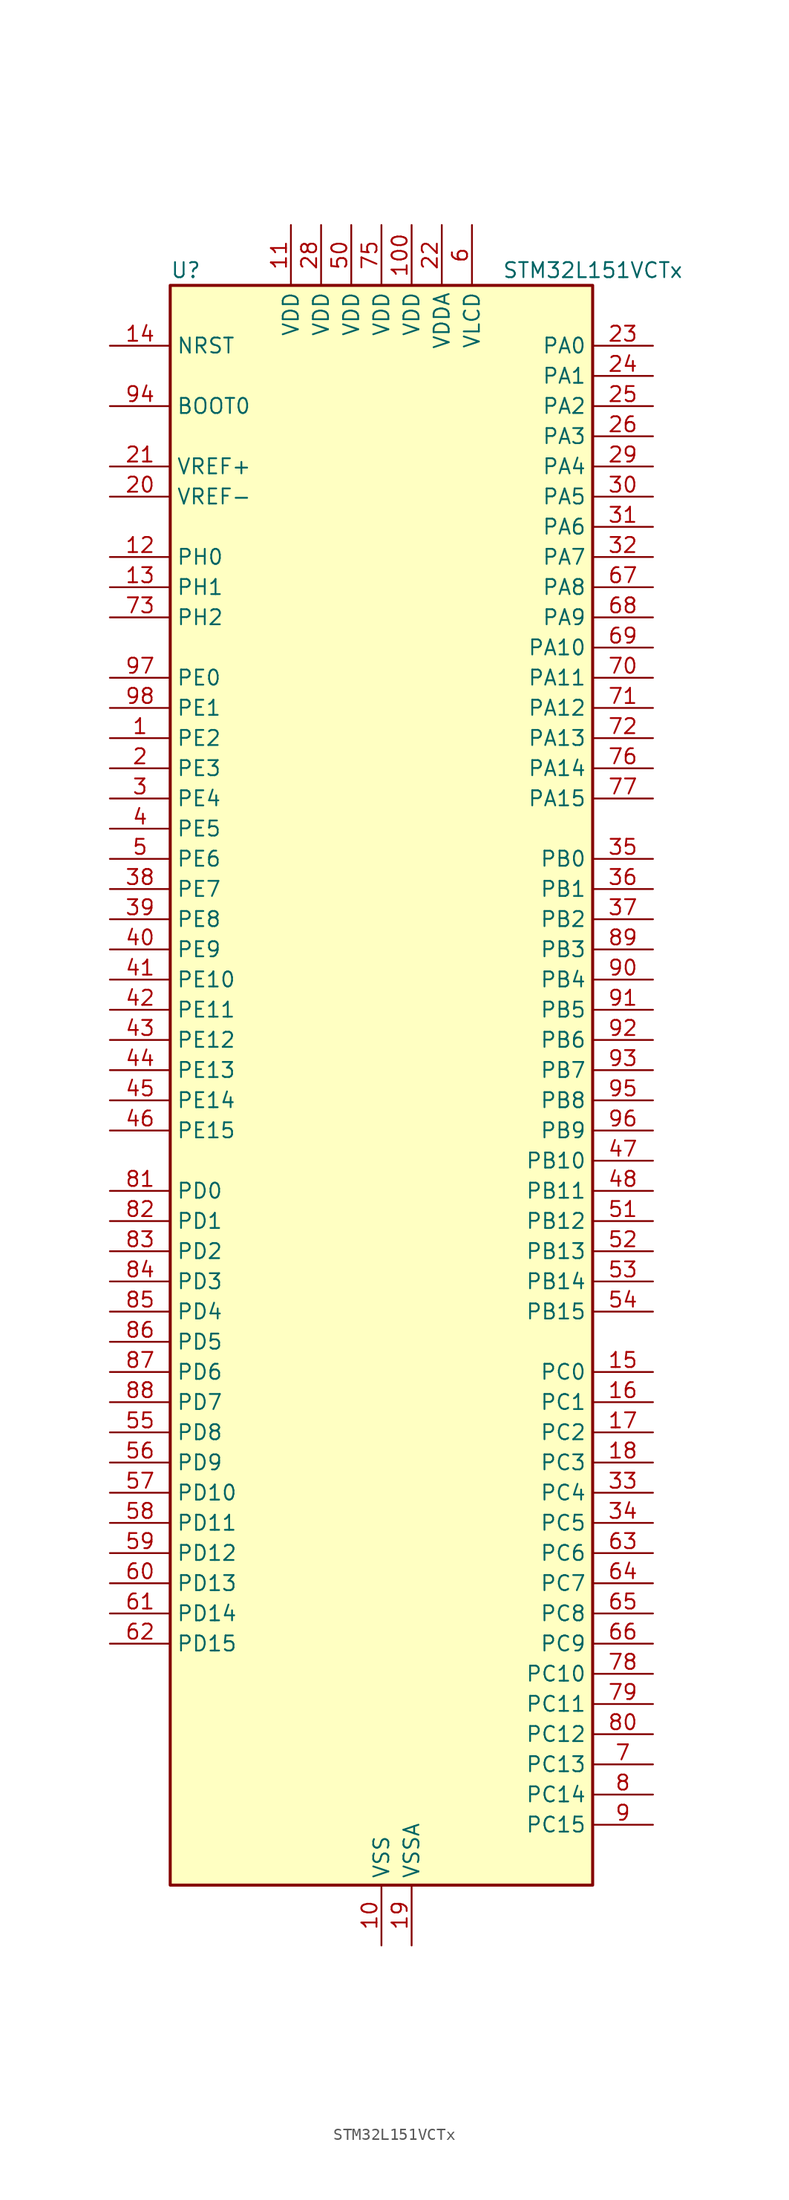
<source format=kicad_sym>
(kicad_symbol_lib
  (version 20241209)
  (generator "kicad_symbol_editor")
  (generator_version "9.0")
  (symbol "STM32L151VCTx"
    (property "Reference" "U"
      (at -17.78 69.85 0)
      (effects (font (size 1.27 1.27)) (justify left)))
    (property "Value" "STM32L151VCTx"
      (at 10.16 69.85 0)
      (effects (font (size 1.27 1.27)) (justify left)))
    (symbol "STM32L151VCTx_0_1"
      (rectangle (start -17.78 -66.04) (end 17.78 68.58) (stroke (width 0.254) (type default)) (fill (type background))))
    (symbol "STM32L151VCTx_1_1"
      (pin input line (at -22.86 63.5 0) (length 5.08) (name "NRST" (effects (font (size 1.27 1.27)))) (number "14" (effects (font (size 1.27 1.27)))))
      (pin input line (at -22.86 58.42 0) (length 5.08) (name "BOOT0" (effects (font (size 1.27 1.27)))) (number "94" (effects (font (size 1.27 1.27)))))
      (pin input line (at -22.86 53.34 0) (length 5.08) (name "VREF+" (effects (font (size 1.27 1.27)))) (number "21" (effects (font (size 1.27 1.27)))))
      (pin input line (at -22.86 50.8 0) (length 5.08) (name "VREF-" (effects (font (size 1.27 1.27)))) (number "20" (effects (font (size 1.27 1.27)))))
      (pin bidirectional line (at -22.86 45.72 0) (length 5.08) (name "PH0" (effects (font (size 1.27 1.27)))) (number "12" (effects (font (size 1.27 1.27)))) (alternate "RCC_OSC_IN" bidirectional line))
      (pin bidirectional line (at -22.86 43.18 0) (length 5.08) (name "PH1" (effects (font (size 1.27 1.27)))) (number "13" (effects (font (size 1.27 1.27)))) (alternate "RCC_OSC_OUT" bidirectional line))
      (pin bidirectional line (at -22.86 40.64 0) (length 5.08) (name "PH2" (effects (font (size 1.27 1.27)))) (number "73" (effects (font (size 1.27 1.27)))))
      (pin bidirectional line (at -22.86 35.56 0) (length 5.08) (name "PE0" (effects (font (size 1.27 1.27)))) (number "97" (effects (font (size 1.27 1.27)))) (alternate "TIM10_CH1" bidirectional line) (alternate "TIM4_ETR" bidirectional line) (alternate "TIMX_IC1" bidirectional line))
      (pin bidirectional line (at -22.86 33.02 0) (length 5.08) (name "PE1" (effects (font (size 1.27 1.27)))) (number "98" (effects (font (size 1.27 1.27)))) (alternate "TIM11_CH1" bidirectional line) (alternate "TIMX_IC2" bidirectional line))
      (pin bidirectional line (at -22.86 30.48 0) (length 5.08) (name "PE2" (effects (font (size 1.27 1.27)))) (number "1" (effects (font (size 1.27 1.27)))) (alternate "SYS_TRACECK" bidirectional line) (alternate "TIM3_ETR" bidirectional line) (alternate "TIMX_IC3" bidirectional line))
      (pin bidirectional line (at -22.86 27.94 0) (length 5.08) (name "PE3" (effects (font (size 1.27 1.27)))) (number "2" (effects (font (size 1.27 1.27)))) (alternate "SYS_TRACED0" bidirectional line) (alternate "TIM3_CH1" bidirectional line) (alternate "TIMX_IC4" bidirectional line))
      (pin bidirectional line (at -22.86 25.4 0) (length 5.08) (name "PE4" (effects (font (size 1.27 1.27)))) (number "3" (effects (font (size 1.27 1.27)))) (alternate "SYS_TRACED1" bidirectional line) (alternate "TIM3_CH2" bidirectional line) (alternate "TIMX_IC1" bidirectional line))
      (pin bidirectional line (at -22.86 22.86 0) (length 5.08) (name "PE5" (effects (font (size 1.27 1.27)))) (number "4" (effects (font (size 1.27 1.27)))) (alternate "SYS_TRACED2" bidirectional line) (alternate "TIM9_CH1" bidirectional line) (alternate "TIMX_IC2" bidirectional line))
      (pin bidirectional line (at -22.86 20.32 0) (length 5.08) (name "PE6" (effects (font (size 1.27 1.27)))) (number "5" (effects (font (size 1.27 1.27)))) (alternate "RTC_TAMP3" bidirectional line) (alternate "SYS_TRACED3" bidirectional line) (alternate "SYS_WKUP3" bidirectional line) (alternate "TIM9_CH2" bidirectional line) (alternate "TIMX_IC3" bidirectional line))
      (pin bidirectional line (at -22.86 17.78 0) (length 5.08) (name "PE7" (effects (font (size 1.27 1.27)))) (number "38" (effects (font (size 1.27 1.27)))) (alternate "ADC_IN22" bidirectional line) (alternate "COMP1_INP" bidirectional line) (alternate "TIMX_IC4" bidirectional line))
      (pin bidirectional line (at -22.86 15.24 0) (length 5.08) (name "PE8" (effects (font (size 1.27 1.27)))) (number "39" (effects (font (size 1.27 1.27)))) (alternate "ADC_IN23" bidirectional line) (alternate "COMP1_INP" bidirectional line) (alternate "TIMX_IC1" bidirectional line))
      (pin bidirectional line (at -22.86 12.7 0) (length 5.08) (name "PE9" (effects (font (size 1.27 1.27)))) (number "40" (effects (font (size 1.27 1.27)))) (alternate "ADC_IN24" bidirectional line) (alternate "COMP1_INP" bidirectional line) (alternate "DAC_EXTI9" bidirectional line) (alternate "TIM2_CH1" bidirectional line) (alternate "TIM2_ETR" bidirectional line) (alternate "TIM5_ETR" bidirectional line) (alternate "TIMX_IC2" bidirectional line))
      (pin bidirectional line (at -22.86 10.16 0) (length 5.08) (name "PE10" (effects (font (size 1.27 1.27)))) (number "41" (effects (font (size 1.27 1.27)))) (alternate "ADC_IN25" bidirectional line) (alternate "COMP1_INP" bidirectional line) (alternate "TIM2_CH2" bidirectional line) (alternate "TIMX_IC3" bidirectional line))
      (pin bidirectional line (at -22.86 7.62 0) (length 5.08) (name "PE11" (effects (font (size 1.27 1.27)))) (number "42" (effects (font (size 1.27 1.27)))) (alternate "ADC_EXTI11" bidirectional line) (alternate "TIM2_CH3" bidirectional line) (alternate "TIMX_IC4" bidirectional line))
      (pin bidirectional line (at -22.86 5.08 0) (length 5.08) (name "PE12" (effects (font (size 1.27 1.27)))) (number "43" (effects (font (size 1.27 1.27)))) (alternate "SPI1_NSS" bidirectional line) (alternate "TIM2_CH4" bidirectional line) (alternate "TIMX_IC1" bidirectional line))
      (pin bidirectional line (at -22.86 2.54 0) (length 5.08) (name "PE13" (effects (font (size 1.27 1.27)))) (number "44" (effects (font (size 1.27 1.27)))) (alternate "SPI1_SCK" bidirectional line) (alternate "TIMX_IC2" bidirectional line))
      (pin bidirectional line (at -22.86 0 0) (length 5.08) (name "PE14" (effects (font (size 1.27 1.27)))) (number "45" (effects (font (size 1.27 1.27)))) (alternate "SPI1_MISO" bidirectional line) (alternate "TIMX_IC3" bidirectional line))
      (pin bidirectional line (at -22.86 -2.54 0) (length 5.08) (name "PE15" (effects (font (size 1.27 1.27)))) (number "46" (effects (font (size 1.27 1.27)))) (alternate "ADC_EXTI15" bidirectional line) (alternate "SPI1_MOSI" bidirectional line) (alternate "TIMX_IC4" bidirectional line))
      (pin bidirectional line (at -22.86 -7.62 0) (length 5.08) (name "PD0" (effects (font (size 1.27 1.27)))) (number "81" (effects (font (size 1.27 1.27)))) (alternate "I2S2_WS" bidirectional line) (alternate "SPI2_NSS" bidirectional line) (alternate "TIM9_CH1" bidirectional line) (alternate "TIMX_IC1" bidirectional line))
      (pin bidirectional line (at -22.86 -10.16 0) (length 5.08) (name "PD1" (effects (font (size 1.27 1.27)))) (number "82" (effects (font (size 1.27 1.27)))) (alternate "I2S2_CK" bidirectional line) (alternate "SPI2_SCK" bidirectional line) (alternate "TIMX_IC2" bidirectional line))
      (pin bidirectional line (at -22.86 -12.7 0) (length 5.08) (name "PD2" (effects (font (size 1.27 1.27)))) (number "83" (effects (font (size 1.27 1.27)))) (alternate "TIM3_ETR" bidirectional line) (alternate "TIMX_IC3" bidirectional line))
      (pin bidirectional line (at -22.86 -15.24 0) (length 5.08) (name "PD3" (effects (font (size 1.27 1.27)))) (number "84" (effects (font (size 1.27 1.27)))) (alternate "SPI2_MISO" bidirectional line) (alternate "TIMX_IC4" bidirectional line) (alternate "USART2_CTS" bidirectional line))
      (pin bidirectional line (at -22.86 -17.78 0) (length 5.08) (name "PD4" (effects (font (size 1.27 1.27)))) (number "85" (effects (font (size 1.27 1.27)))) (alternate "I2S2_SD" bidirectional line) (alternate "SPI2_MOSI" bidirectional line) (alternate "TIMX_IC1" bidirectional line) (alternate "USART2_RTS" bidirectional line))
      (pin bidirectional line (at -22.86 -20.32 0) (length 5.08) (name "PD5" (effects (font (size 1.27 1.27)))) (number "86" (effects (font (size 1.27 1.27)))) (alternate "TIMX_IC2" bidirectional line) (alternate "USART2_TX" bidirectional line))
      (pin bidirectional line (at -22.86 -22.86 0) (length 5.08) (name "PD6" (effects (font (size 1.27 1.27)))) (number "87" (effects (font (size 1.27 1.27)))) (alternate "TIMX_IC3" bidirectional line) (alternate "USART2_RX" bidirectional line))
      (pin bidirectional line (at -22.86 -25.4 0) (length 5.08) (name "PD7" (effects (font (size 1.27 1.27)))) (number "88" (effects (font (size 1.27 1.27)))) (alternate "TIM9_CH2" bidirectional line) (alternate "TIMX_IC4" bidirectional line) (alternate "USART2_CK" bidirectional line))
      (pin bidirectional line (at -22.86 -27.94 0) (length 5.08) (name "PD8" (effects (font (size 1.27 1.27)))) (number "55" (effects (font (size 1.27 1.27)))) (alternate "TIMX_IC1" bidirectional line) (alternate "USART3_TX" bidirectional line))
      (pin bidirectional line (at -22.86 -30.48 0) (length 5.08) (name "PD9" (effects (font (size 1.27 1.27)))) (number "56" (effects (font (size 1.27 1.27)))) (alternate "DAC_EXTI9" bidirectional line) (alternate "TIMX_IC2" bidirectional line) (alternate "USART3_RX" bidirectional line))
      (pin bidirectional line (at -22.86 -33.02 0) (length 5.08) (name "PD10" (effects (font (size 1.27 1.27)))) (number "57" (effects (font (size 1.27 1.27)))) (alternate "TIMX_IC3" bidirectional line) (alternate "USART3_CK" bidirectional line))
      (pin bidirectional line (at -22.86 -35.56 0) (length 5.08) (name "PD11" (effects (font (size 1.27 1.27)))) (number "58" (effects (font (size 1.27 1.27)))) (alternate "ADC_EXTI11" bidirectional line) (alternate "TIMX_IC4" bidirectional line) (alternate "USART3_CTS" bidirectional line))
      (pin bidirectional line (at -22.86 -38.1 0) (length 5.08) (name "PD12" (effects (font (size 1.27 1.27)))) (number "59" (effects (font (size 1.27 1.27)))) (alternate "TIM4_CH1" bidirectional line) (alternate "TIMX_IC1" bidirectional line) (alternate "USART3_RTS" bidirectional line))
      (pin bidirectional line (at -22.86 -40.64 0) (length 5.08) (name "PD13" (effects (font (size 1.27 1.27)))) (number "60" (effects (font (size 1.27 1.27)))) (alternate "TIM4_CH2" bidirectional line) (alternate "TIMX_IC2" bidirectional line))
      (pin bidirectional line (at -22.86 -43.18 0) (length 5.08) (name "PD14" (effects (font (size 1.27 1.27)))) (number "61" (effects (font (size 1.27 1.27)))) (alternate "TIM4_CH3" bidirectional line) (alternate "TIMX_IC3" bidirectional line))
      (pin bidirectional line (at -22.86 -45.72 0) (length 5.08) (name "PD15" (effects (font (size 1.27 1.27)))) (number "62" (effects (font (size 1.27 1.27)))) (alternate "ADC_EXTI15" bidirectional line) (alternate "TIM4_CH4" bidirectional line) (alternate "TIMX_IC4" bidirectional line))
      (pin power_in line (at -7.62 73.66 270) (length 5.08) (name "VDD" (effects (font (size 1.27 1.27)))) (number "11" (effects (font (size 1.27 1.27)))))
      (pin power_in line (at -5.08 73.66 270) (length 5.08) (name "VDD" (effects (font (size 1.27 1.27)))) (number "28" (effects (font (size 1.27 1.27)))))
      (pin power_in line (at -2.54 73.66 270) (length 5.08) (name "VDD" (effects (font (size 1.27 1.27)))) (number "50" (effects (font (size 1.27 1.27)))))
      (pin power_in line (at 0 73.66 270) (length 5.08) (name "VDD" (effects (font (size 1.27 1.27)))) (number "75" (effects (font (size 1.27 1.27)))))
      (pin power_in line (at 0 -71.12 90) (length 5.08) (name "VSS" (effects (font (size 1.27 1.27)))) (number "10" (effects (font (size 1.27 1.27)))))
      (pin passive line (at 0 -71.12 90) (length 5.08) (hide yes) (name "VSS" (effects (font (size 1.27 1.27)))) (number "27" (effects (font (size 1.27 1.27)))))
      (pin passive line (at 0 -71.12 90) (length 5.08) (hide yes) (name "VSS" (effects (font (size 1.27 1.27)))) (number "49" (effects (font (size 1.27 1.27)))))
      (pin passive line (at 0 -71.12 90) (length 5.08) (hide yes) (name "VSS" (effects (font (size 1.27 1.27)))) (number "74" (effects (font (size 1.27 1.27)))))
      (pin passive line (at 0 -71.12 90) (length 5.08) (hide yes) (name "VSS" (effects (font (size 1.27 1.27)))) (number "99" (effects (font (size 1.27 1.27)))))
      (pin power_in line (at 2.54 73.66 270) (length 5.08) (name "VDD" (effects (font (size 1.27 1.27)))) (number "100" (effects (font (size 1.27 1.27)))))
      (pin power_in line (at 2.54 -71.12 90) (length 5.08) (name "VSSA" (effects (font (size 1.27 1.27)))) (number "19" (effects (font (size 1.27 1.27)))))
      (pin power_in line (at 5.08 73.66 270) (length 5.08) (name "VDDA" (effects (font (size 1.27 1.27)))) (number "22" (effects (font (size 1.27 1.27)))))
      (pin power_in line (at 7.62 73.66 270) (length 5.08) (name "VLCD" (effects (font (size 1.27 1.27)))) (number "6" (effects (font (size 1.27 1.27)))))
      (pin bidirectional line (at 22.86 63.5 180) (length 5.08) (name "PA0" (effects (font (size 1.27 1.27)))) (number "23" (effects (font (size 1.27 1.27)))) (alternate "ADC_IN0" bidirectional line) (alternate "COMP1_INP" bidirectional line) (alternate "RTC_TAMP2" bidirectional line) (alternate "SYS_WKUP1" bidirectional line) (alternate "TIM2_CH1" bidirectional line) (alternate "TIM2_ETR" bidirectional line) (alternate "TIM5_CH1" bidirectional line) (alternate "TIMX_IC1" bidirectional line) (alternate "TS_G1_IO1" bidirectional line) (alternate "USART2_CTS" bidirectional line))
      (pin bidirectional line (at 22.86 60.96 180) (length 5.08) (name "PA1" (effects (font (size 1.27 1.27)))) (number "24" (effects (font (size 1.27 1.27)))) (alternate "ADC_IN1" bidirectional line) (alternate "COMP1_INP" bidirectional line) (alternate "OPAMP1_VINP" bidirectional line) (alternate "TIM2_CH2" bidirectional line) (alternate "TIM5_CH2" bidirectional line) (alternate "TIMX_IC2" bidirectional line) (alternate "TS_G1_IO2" bidirectional line) (alternate "USART2_RTS" bidirectional line))
      (pin bidirectional line (at 22.86 58.42 180) (length 5.08) (name "PA2" (effects (font (size 1.27 1.27)))) (number "25" (effects (font (size 1.27 1.27)))) (alternate "ADC_IN2" bidirectional line) (alternate "COMP1_INP" bidirectional line) (alternate "OPAMP1_VINM" bidirectional line) (alternate "TIM2_CH3" bidirectional line) (alternate "TIM5_CH3" bidirectional line) (alternate "TIM9_CH1" bidirectional line) (alternate "TIMX_IC3" bidirectional line) (alternate "TS_G1_IO3" bidirectional line) (alternate "USART2_TX" bidirectional line))
      (pin bidirectional line (at 22.86 55.88 180) (length 5.08) (name "PA3" (effects (font (size 1.27 1.27)))) (number "26" (effects (font (size 1.27 1.27)))) (alternate "ADC_IN3" bidirectional line) (alternate "COMP1_INP" bidirectional line) (alternate "OPAMP1_VOUT" bidirectional line) (alternate "TIM2_CH4" bidirectional line) (alternate "TIM5_CH4" bidirectional line) (alternate "TIM9_CH2" bidirectional line) (alternate "TIMX_IC4" bidirectional line) (alternate "TS_G1_IO4" bidirectional line) (alternate "USART2_RX" bidirectional line))
      (pin bidirectional line (at 22.86 53.34 180) (length 5.08) (name "PA4" (effects (font (size 1.27 1.27)))) (number "29" (effects (font (size 1.27 1.27)))) (alternate "ADC_IN4" bidirectional line) (alternate "COMP1_INP" bidirectional line) (alternate "DAC_OUT1" bidirectional line) (alternate "I2S3_WS" bidirectional line) (alternate "SPI1_NSS" bidirectional line) (alternate "SPI3_NSS" bidirectional line) (alternate "TIMX_IC1" bidirectional line) (alternate "USART2_CK" bidirectional line))
      (pin bidirectional line (at 22.86 50.8 180) (length 5.08) (name "PA5" (effects (font (size 1.27 1.27)))) (number "30" (effects (font (size 1.27 1.27)))) (alternate "ADC_IN5" bidirectional line) (alternate "COMP1_INP" bidirectional line) (alternate "DAC_OUT2" bidirectional line) (alternate "SPI1_SCK" bidirectional line) (alternate "TIM2_CH1" bidirectional line) (alternate "TIM2_ETR" bidirectional line) (alternate "TIMX_IC2" bidirectional line))
      (pin bidirectional line (at 22.86 48.26 180) (length 5.08) (name "PA6" (effects (font (size 1.27 1.27)))) (number "31" (effects (font (size 1.27 1.27)))) (alternate "ADC_IN6" bidirectional line) (alternate "COMP1_INP" bidirectional line) (alternate "OPAMP2_VINP" bidirectional line) (alternate "SPI1_MISO" bidirectional line) (alternate "TIM10_CH1" bidirectional line) (alternate "TIM3_CH1" bidirectional line) (alternate "TIMX_IC3" bidirectional line) (alternate "TS_G2_IO1" bidirectional line))
      (pin bidirectional line (at 22.86 45.72 180) (length 5.08) (name "PA7" (effects (font (size 1.27 1.27)))) (number "32" (effects (font (size 1.27 1.27)))) (alternate "ADC_IN7" bidirectional line) (alternate "COMP1_INP" bidirectional line) (alternate "OPAMP2_VINM" bidirectional line) (alternate "SPI1_MOSI" bidirectional line) (alternate "TIM11_CH1" bidirectional line) (alternate "TIM3_CH2" bidirectional line) (alternate "TIMX_IC4" bidirectional line) (alternate "TS_G2_IO2" bidirectional line))
      (pin bidirectional line (at 22.86 43.18 180) (length 5.08) (name "PA8" (effects (font (size 1.27 1.27)))) (number "67" (effects (font (size 1.27 1.27)))) (alternate "RCC_MCO" bidirectional line) (alternate "TIMX_IC1" bidirectional line) (alternate "TS_G4_IO1" bidirectional line) (alternate "USART1_CK" bidirectional line))
      (pin bidirectional line (at 22.86 40.64 180) (length 5.08) (name "PA9" (effects (font (size 1.27 1.27)))) (number "68" (effects (font (size 1.27 1.27)))) (alternate "DAC_EXTI9" bidirectional line) (alternate "TIMX_IC2" bidirectional line) (alternate "TS_G4_IO2" bidirectional line) (alternate "USART1_TX" bidirectional line))
      (pin bidirectional line (at 22.86 38.1 180) (length 5.08) (name "PA10" (effects (font (size 1.27 1.27)))) (number "69" (effects (font (size 1.27 1.27)))) (alternate "TIMX_IC3" bidirectional line) (alternate "TS_G4_IO3" bidirectional line) (alternate "USART1_RX" bidirectional line))
      (pin bidirectional line (at 22.86 35.56 180) (length 5.08) (name "PA11" (effects (font (size 1.27 1.27)))) (number "70" (effects (font (size 1.27 1.27)))) (alternate "ADC_EXTI11" bidirectional line) (alternate "SPI1_MISO" bidirectional line) (alternate "TIMX_IC4" bidirectional line) (alternate "USART1_CTS" bidirectional line) (alternate "USB_DM" bidirectional line))
      (pin bidirectional line (at 22.86 33.02 180) (length 5.08) (name "PA12" (effects (font (size 1.27 1.27)))) (number "71" (effects (font (size 1.27 1.27)))) (alternate "SPI1_MOSI" bidirectional line) (alternate "TIMX_IC1" bidirectional line) (alternate "USART1_RTS" bidirectional line) (alternate "USB_DP" bidirectional line))
      (pin bidirectional line (at 22.86 30.48 180) (length 5.08) (name "PA13" (effects (font (size 1.27 1.27)))) (number "72" (effects (font (size 1.27 1.27)))) (alternate "SYS_JTMS-SWDIO" bidirectional line) (alternate "TIMX_IC2" bidirectional line) (alternate "TS_G5_IO1" bidirectional line))
      (pin bidirectional line (at 22.86 27.94 180) (length 5.08) (name "PA14" (effects (font (size 1.27 1.27)))) (number "76" (effects (font (size 1.27 1.27)))) (alternate "SYS_JTCK-SWCLK" bidirectional line) (alternate "TIMX_IC3" bidirectional line) (alternate "TS_G5_IO2" bidirectional line))
      (pin bidirectional line (at 22.86 25.4 180) (length 5.08) (name "PA15" (effects (font (size 1.27 1.27)))) (number "77" (effects (font (size 1.27 1.27)))) (alternate "ADC_EXTI15" bidirectional line) (alternate "I2S3_WS" bidirectional line) (alternate "SPI1_NSS" bidirectional line) (alternate "SPI3_NSS" bidirectional line) (alternate "SYS_JTDI" bidirectional line) (alternate "TIM2_CH1" bidirectional line) (alternate "TIM2_ETR" bidirectional line) (alternate "TIMX_IC4" bidirectional line) (alternate "TS_G5_IO3" bidirectional line))
      (pin bidirectional line (at 22.86 20.32 180) (length 5.08) (name "PB0" (effects (font (size 1.27 1.27)))) (number "35" (effects (font (size 1.27 1.27)))) (alternate "ADC_IN8" bidirectional line) (alternate "COMP1_INP" bidirectional line) (alternate "OPAMP2_VOUT" bidirectional line) (alternate "SYS_V_REF_OUT" bidirectional line) (alternate "TIM3_CH3" bidirectional line) (alternate "TS_G3_IO1" bidirectional line))
      (pin bidirectional line (at 22.86 17.78 180) (length 5.08) (name "PB1" (effects (font (size 1.27 1.27)))) (number "36" (effects (font (size 1.27 1.27)))) (alternate "ADC_IN9" bidirectional line) (alternate "COMP1_INP" bidirectional line) (alternate "SYS_V_REF_OUT" bidirectional line) (alternate "TIM3_CH4" bidirectional line) (alternate "TS_G3_IO2" bidirectional line))
      (pin bidirectional line (at 22.86 15.24 180) (length 5.08) (name "PB2" (effects (font (size 1.27 1.27)))) (number "37" (effects (font (size 1.27 1.27)))) (alternate "TS_G3_IO3" bidirectional line))
      (pin bidirectional line (at 22.86 12.7 180) (length 5.08) (name "PB3" (effects (font (size 1.27 1.27)))) (number "89" (effects (font (size 1.27 1.27)))) (alternate "COMP2_INM" bidirectional line) (alternate "I2S3_CK" bidirectional line) (alternate "SPI1_SCK" bidirectional line) (alternate "SPI3_SCK" bidirectional line) (alternate "SYS_JTDO-TRACESWO" bidirectional line) (alternate "TIM2_CH2" bidirectional line))
      (pin bidirectional line (at 22.86 10.16 180) (length 5.08) (name "PB4" (effects (font (size 1.27 1.27)))) (number "90" (effects (font (size 1.27 1.27)))) (alternate "COMP2_INP" bidirectional line) (alternate "SPI1_MISO" bidirectional line) (alternate "SPI3_MISO" bidirectional line) (alternate "SYS_JTRST" bidirectional line) (alternate "TIM3_CH1" bidirectional line) (alternate "TS_G6_IO1" bidirectional line))
      (pin bidirectional line (at 22.86 7.62 180) (length 5.08) (name "PB5" (effects (font (size 1.27 1.27)))) (number "91" (effects (font (size 1.27 1.27)))) (alternate "COMP2_INP" bidirectional line) (alternate "I2C1_SMBA" bidirectional line) (alternate "I2S3_SD" bidirectional line) (alternate "SPI1_MOSI" bidirectional line) (alternate "SPI3_MOSI" bidirectional line) (alternate "TIM3_CH2" bidirectional line) (alternate "TS_G6_IO2" bidirectional line))
      (pin bidirectional line (at 22.86 5.08 180) (length 5.08) (name "PB6" (effects (font (size 1.27 1.27)))) (number "92" (effects (font (size 1.27 1.27)))) (alternate "COMP2_INP" bidirectional line) (alternate "I2C1_SCL" bidirectional line) (alternate "TIM4_CH1" bidirectional line) (alternate "TS_G6_IO3" bidirectional line) (alternate "USART1_TX" bidirectional line))
      (pin bidirectional line (at 22.86 2.54 180) (length 5.08) (name "PB7" (effects (font (size 1.27 1.27)))) (number "93" (effects (font (size 1.27 1.27)))) (alternate "COMP2_INP" bidirectional line) (alternate "I2C1_SDA" bidirectional line) (alternate "SYS_PVD_IN" bidirectional line) (alternate "TIM4_CH2" bidirectional line) (alternate "TS_G6_IO4" bidirectional line) (alternate "USART1_RX" bidirectional line))
      (pin bidirectional line (at 22.86 0 180) (length 5.08) (name "PB8" (effects (font (size 1.27 1.27)))) (number "95" (effects (font (size 1.27 1.27)))) (alternate "I2C1_SCL" bidirectional line) (alternate "TIM10_CH1" bidirectional line) (alternate "TIM4_CH3" bidirectional line))
      (pin bidirectional line (at 22.86 -2.54 180) (length 5.08) (name "PB9" (effects (font (size 1.27 1.27)))) (number "96" (effects (font (size 1.27 1.27)))) (alternate "DAC_EXTI9" bidirectional line) (alternate "I2C1_SDA" bidirectional line) (alternate "TIM11_CH1" bidirectional line) (alternate "TIM4_CH4" bidirectional line))
      (pin bidirectional line (at 22.86 -5.08 180) (length 5.08) (name "PB10" (effects (font (size 1.27 1.27)))) (number "47" (effects (font (size 1.27 1.27)))) (alternate "I2C2_SCL" bidirectional line) (alternate "TIM2_CH3" bidirectional line) (alternate "USART3_TX" bidirectional line))
      (pin bidirectional line (at 22.86 -7.62 180) (length 5.08) (name "PB11" (effects (font (size 1.27 1.27)))) (number "48" (effects (font (size 1.27 1.27)))) (alternate "ADC_EXTI11" bidirectional line) (alternate "I2C2_SDA" bidirectional line) (alternate "TIM2_CH4" bidirectional line) (alternate "USART3_RX" bidirectional line))
      (pin bidirectional line (at 22.86 -10.16 180) (length 5.08) (name "PB12" (effects (font (size 1.27 1.27)))) (number "51" (effects (font (size 1.27 1.27)))) (alternate "ADC_IN18" bidirectional line) (alternate "COMP1_INP" bidirectional line) (alternate "I2C2_SMBA" bidirectional line) (alternate "I2S2_WS" bidirectional line) (alternate "SPI2_NSS" bidirectional line) (alternate "TIM10_CH1" bidirectional line) (alternate "TS_G7_IO1" bidirectional line) (alternate "USART3_CK" bidirectional line))
      (pin bidirectional line (at 22.86 -12.7 180) (length 5.08) (name "PB13" (effects (font (size 1.27 1.27)))) (number "52" (effects (font (size 1.27 1.27)))) (alternate "ADC_IN19" bidirectional line) (alternate "COMP1_INP" bidirectional line) (alternate "I2S2_CK" bidirectional line) (alternate "SPI2_SCK" bidirectional line) (alternate "TIM9_CH1" bidirectional line) (alternate "TS_G7_IO2" bidirectional line) (alternate "USART3_CTS" bidirectional line))
      (pin bidirectional line (at 22.86 -15.24 180) (length 5.08) (name "PB14" (effects (font (size 1.27 1.27)))) (number "53" (effects (font (size 1.27 1.27)))) (alternate "ADC_IN20" bidirectional line) (alternate "COMP1_INP" bidirectional line) (alternate "SPI2_MISO" bidirectional line) (alternate "TIM9_CH2" bidirectional line) (alternate "TS_G7_IO3" bidirectional line) (alternate "USART3_RTS" bidirectional line))
      (pin bidirectional line (at 22.86 -17.78 180) (length 5.08) (name "PB15" (effects (font (size 1.27 1.27)))) (number "54" (effects (font (size 1.27 1.27)))) (alternate "ADC_EXTI15" bidirectional line) (alternate "ADC_IN21" bidirectional line) (alternate "COMP1_INP" bidirectional line) (alternate "I2S2_SD" bidirectional line) (alternate "RTC_REFIN" bidirectional line) (alternate "SPI2_MOSI" bidirectional line) (alternate "TIM11_CH1" bidirectional line) (alternate "TS_G7_IO4" bidirectional line))
      (pin bidirectional line (at 22.86 -22.86 180) (length 5.08) (name "PC0" (effects (font (size 1.27 1.27)))) (number "15" (effects (font (size 1.27 1.27)))) (alternate "ADC_IN10" bidirectional line) (alternate "COMP1_INP" bidirectional line) (alternate "TIMX_IC1" bidirectional line) (alternate "TS_G8_IO1" bidirectional line))
      (pin bidirectional line (at 22.86 -25.4 180) (length 5.08) (name "PC1" (effects (font (size 1.27 1.27)))) (number "16" (effects (font (size 1.27 1.27)))) (alternate "ADC_IN11" bidirectional line) (alternate "COMP1_INP" bidirectional line) (alternate "TIMX_IC2" bidirectional line) (alternate "TS_G8_IO2" bidirectional line))
      (pin bidirectional line (at 22.86 -27.94 180) (length 5.08) (name "PC2" (effects (font (size 1.27 1.27)))) (number "17" (effects (font (size 1.27 1.27)))) (alternate "ADC_IN12" bidirectional line) (alternate "COMP1_INP" bidirectional line) (alternate "TIMX_IC3" bidirectional line) (alternate "TS_G8_IO3" bidirectional line))
      (pin bidirectional line (at 22.86 -30.48 180) (length 5.08) (name "PC3" (effects (font (size 1.27 1.27)))) (number "18" (effects (font (size 1.27 1.27)))) (alternate "ADC_IN13" bidirectional line) (alternate "COMP1_INP" bidirectional line) (alternate "TIMX_IC4" bidirectional line) (alternate "TS_G8_IO4" bidirectional line))
      (pin bidirectional line (at 22.86 -33.02 180) (length 5.08) (name "PC4" (effects (font (size 1.27 1.27)))) (number "33" (effects (font (size 1.27 1.27)))) (alternate "ADC_IN14" bidirectional line) (alternate "COMP1_INP" bidirectional line) (alternate "TIMX_IC1" bidirectional line) (alternate "TS_G9_IO1" bidirectional line))
      (pin bidirectional line (at 22.86 -35.56 180) (length 5.08) (name "PC5" (effects (font (size 1.27 1.27)))) (number "34" (effects (font (size 1.27 1.27)))) (alternate "ADC_IN15" bidirectional line) (alternate "COMP1_INP" bidirectional line) (alternate "TIMX_IC2" bidirectional line) (alternate "TS_G9_IO2" bidirectional line))
      (pin bidirectional line (at 22.86 -38.1 180) (length 5.08) (name "PC6" (effects (font (size 1.27 1.27)))) (number "63" (effects (font (size 1.27 1.27)))) (alternate "I2S2_MCK" bidirectional line) (alternate "TIM3_CH1" bidirectional line) (alternate "TIMX_IC3" bidirectional line) (alternate "TS_G10_IO1" bidirectional line))
      (pin bidirectional line (at 22.86 -40.64 180) (length 5.08) (name "PC7" (effects (font (size 1.27 1.27)))) (number "64" (effects (font (size 1.27 1.27)))) (alternate "I2S3_MCK" bidirectional line) (alternate "TIM3_CH2" bidirectional line) (alternate "TIMX_IC4" bidirectional line) (alternate "TS_G10_IO2" bidirectional line))
      (pin bidirectional line (at 22.86 -43.18 180) (length 5.08) (name "PC8" (effects (font (size 1.27 1.27)))) (number "65" (effects (font (size 1.27 1.27)))) (alternate "TIM3_CH3" bidirectional line) (alternate "TIMX_IC1" bidirectional line) (alternate "TS_G10_IO3" bidirectional line))
      (pin bidirectional line (at 22.86 -45.72 180) (length 5.08) (name "PC9" (effects (font (size 1.27 1.27)))) (number "66" (effects (font (size 1.27 1.27)))) (alternate "DAC_EXTI9" bidirectional line) (alternate "TIM3_CH4" bidirectional line) (alternate "TIMX_IC2" bidirectional line) (alternate "TS_G10_IO4" bidirectional line))
      (pin bidirectional line (at 22.86 -48.26 180) (length 5.08) (name "PC10" (effects (font (size 1.27 1.27)))) (number "78" (effects (font (size 1.27 1.27)))) (alternate "I2S3_CK" bidirectional line) (alternate "SPI3_SCK" bidirectional line) (alternate "TIMX_IC3" bidirectional line) (alternate "USART3_TX" bidirectional line))
      (pin bidirectional line (at 22.86 -50.8 180) (length 5.08) (name "PC11" (effects (font (size 1.27 1.27)))) (number "79" (effects (font (size 1.27 1.27)))) (alternate "ADC_EXTI11" bidirectional line) (alternate "SPI3_MISO" bidirectional line) (alternate "TIMX_IC4" bidirectional line) (alternate "USART3_RX" bidirectional line))
      (pin bidirectional line (at 22.86 -53.34 180) (length 5.08) (name "PC12" (effects (font (size 1.27 1.27)))) (number "80" (effects (font (size 1.27 1.27)))) (alternate "I2S3_SD" bidirectional line) (alternate "SPI3_MOSI" bidirectional line) (alternate "TIMX_IC1" bidirectional line) (alternate "USART3_CK" bidirectional line))
      (pin bidirectional line (at 22.86 -55.88 180) (length 5.08) (name "PC13" (effects (font (size 1.27 1.27)))) (number "7" (effects (font (size 1.27 1.27)))) (alternate "RTC_OUT_ALARM" bidirectional line) (alternate "RTC_OUT_CALIB" bidirectional line) (alternate "RTC_TAMP1" bidirectional line) (alternate "RTC_TS" bidirectional line) (alternate "SYS_WKUP2" bidirectional line) (alternate "TIMX_IC2" bidirectional line))
      (pin bidirectional line (at 22.86 -58.42 180) (length 5.08) (name "PC14" (effects (font (size 1.27 1.27)))) (number "8" (effects (font (size 1.27 1.27)))) (alternate "RCC_OSC32_IN" bidirectional line) (alternate "TIMX_IC3" bidirectional line))
      (pin bidirectional line (at 22.86 -60.96 180) (length 5.08) (name "PC15" (effects (font (size 1.27 1.27)))) (number "9" (effects (font (size 1.27 1.27)))) (alternate "ADC_EXTI15" bidirectional line) (alternate "RCC_OSC32_OUT" bidirectional line) (alternate "TIMX_IC4" bidirectional line)))))
</source>
